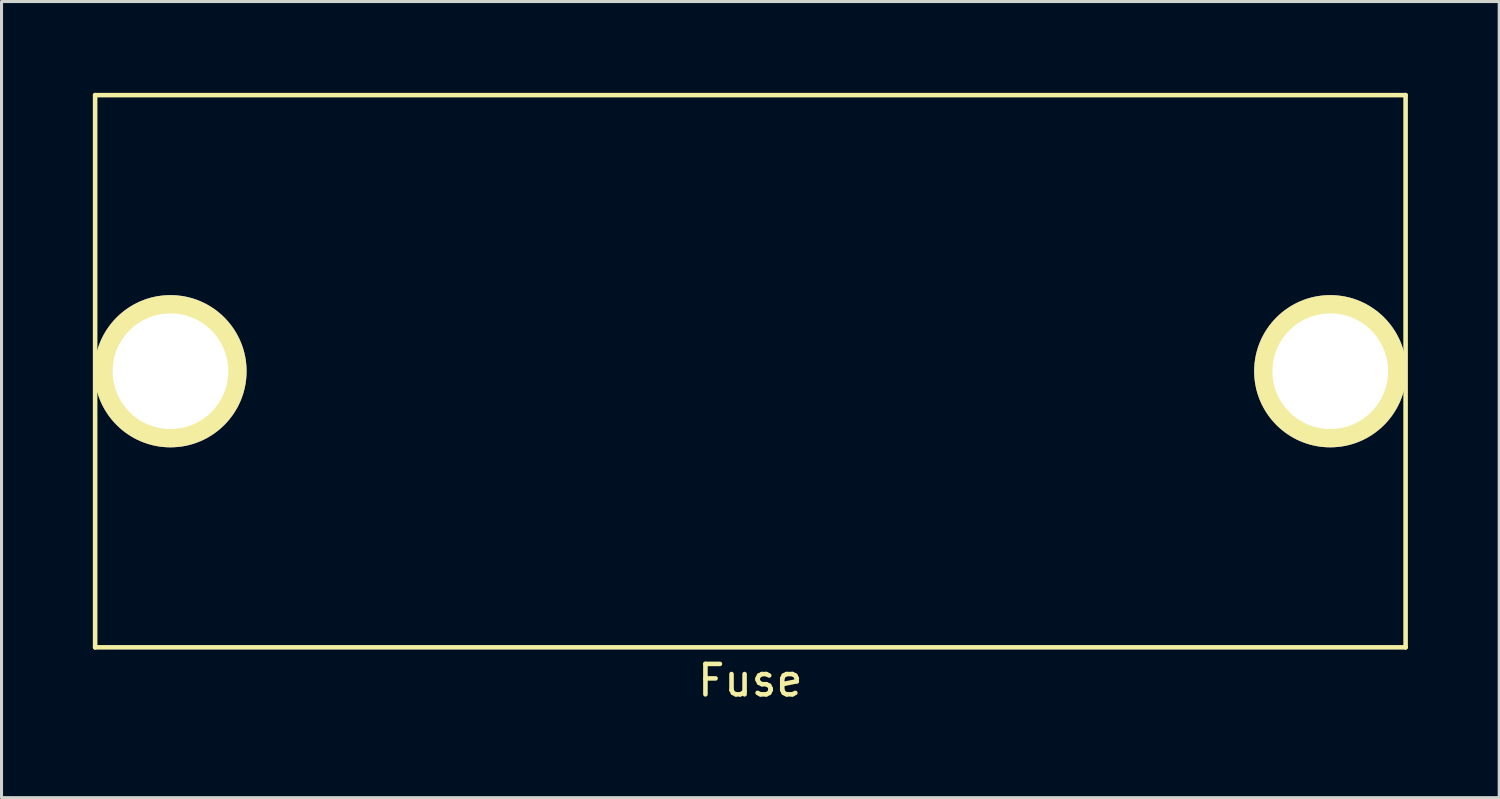
<source format=kicad_pcb>
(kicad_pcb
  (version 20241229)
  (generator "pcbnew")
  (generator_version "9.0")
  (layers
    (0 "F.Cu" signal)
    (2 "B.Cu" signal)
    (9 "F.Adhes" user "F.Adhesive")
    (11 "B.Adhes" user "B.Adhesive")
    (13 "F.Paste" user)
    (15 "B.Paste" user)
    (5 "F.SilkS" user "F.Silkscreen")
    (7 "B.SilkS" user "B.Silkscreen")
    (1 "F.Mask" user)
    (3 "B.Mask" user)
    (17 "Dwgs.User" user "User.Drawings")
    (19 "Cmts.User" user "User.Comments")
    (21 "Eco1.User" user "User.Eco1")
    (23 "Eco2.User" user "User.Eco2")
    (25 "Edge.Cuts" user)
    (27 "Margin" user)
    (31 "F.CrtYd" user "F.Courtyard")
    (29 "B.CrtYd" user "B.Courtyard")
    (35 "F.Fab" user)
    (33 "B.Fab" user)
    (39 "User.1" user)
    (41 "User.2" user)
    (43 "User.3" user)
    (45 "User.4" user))
  (footprint "Fuse"
    (layer "F.Cu")
    (at 21.6 9.145)
    (property "Reference" "Fuse" (at 0 10.16 0) (layer "F.SilkS") (effects (font (size 1 1) (thickness 0.15))))
    (attr through_hole)
    (fp_line (start -21.525 -9.07) (end -21.525 9.07) (stroke (width 0.15) (type solid)) (layer "F.SilkS"))
    (fp_line (start -21.525 -9.07) (end 21.525 -9.07) (stroke (width 0.15) (type solid)) (layer "F.SilkS"))
    (fp_line (start -21.525 9.07) (end 21.525 9.07) (stroke (width 0.15) (type solid)) (layer "F.SilkS"))
    (fp_line (start 21.525 -9.07) (end 21.525 9.07) (stroke (width 0.15) (type solid)) (layer "F.SilkS"))
    (pad "1" thru_hole circle (at -19.05 0) (size 5 5) (drill 3.8) (layers "*.Cu" "*.Mask" "F.SilkS"))
    (pad "2" thru_hole circle (at 19.05 0) (size 5 5) (drill 3.8) (layers "*.Cu" "*.Mask" "F.SilkS")))
  (gr_rect
    (start -3 -3)
    (end 46.2 23.153)
    (stroke (width 0.1) (type default))
    (fill no)
    (layer "Edge.Cuts")))
</source>
